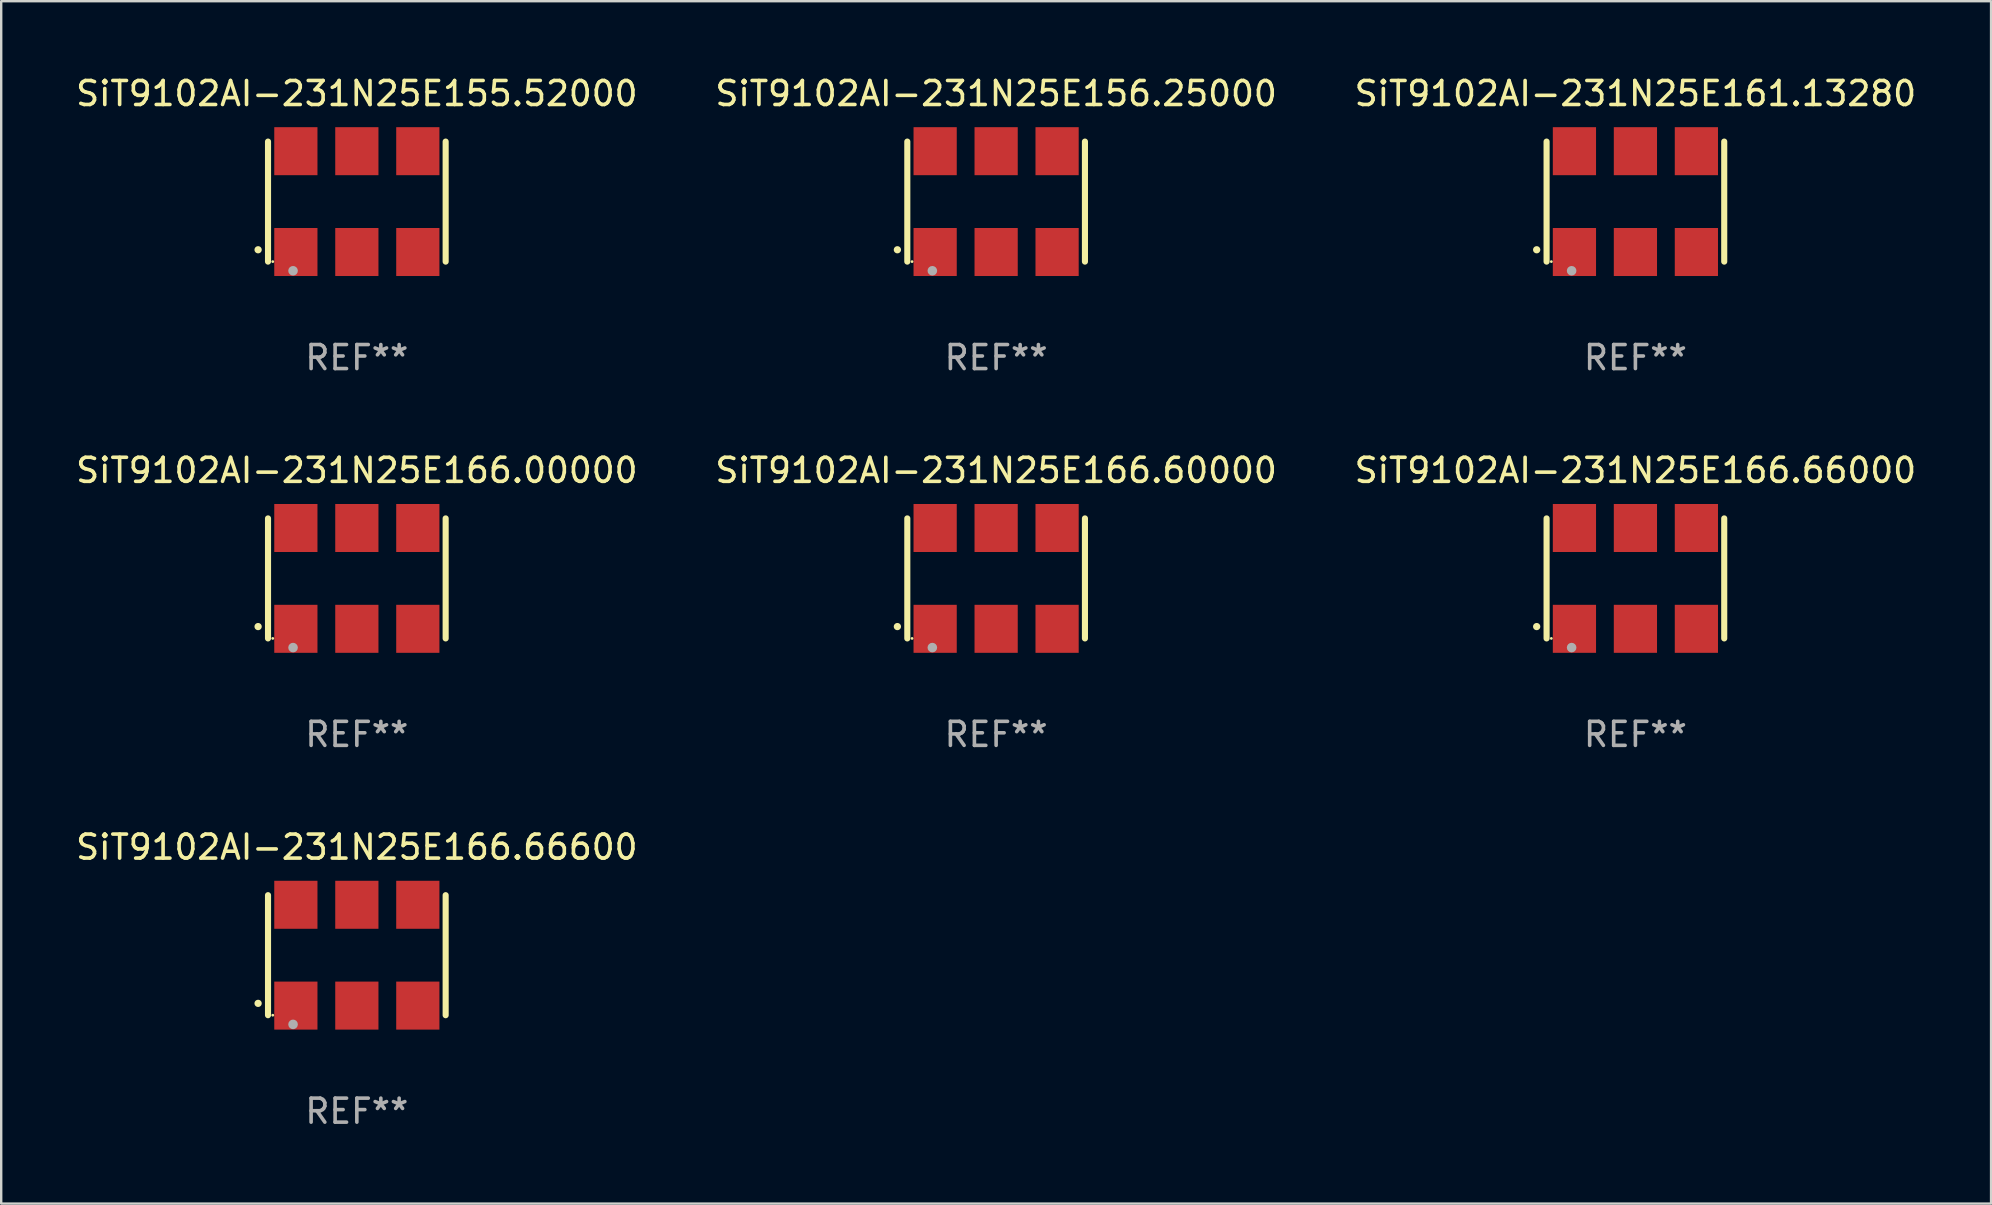
<source format=kicad_pcb>
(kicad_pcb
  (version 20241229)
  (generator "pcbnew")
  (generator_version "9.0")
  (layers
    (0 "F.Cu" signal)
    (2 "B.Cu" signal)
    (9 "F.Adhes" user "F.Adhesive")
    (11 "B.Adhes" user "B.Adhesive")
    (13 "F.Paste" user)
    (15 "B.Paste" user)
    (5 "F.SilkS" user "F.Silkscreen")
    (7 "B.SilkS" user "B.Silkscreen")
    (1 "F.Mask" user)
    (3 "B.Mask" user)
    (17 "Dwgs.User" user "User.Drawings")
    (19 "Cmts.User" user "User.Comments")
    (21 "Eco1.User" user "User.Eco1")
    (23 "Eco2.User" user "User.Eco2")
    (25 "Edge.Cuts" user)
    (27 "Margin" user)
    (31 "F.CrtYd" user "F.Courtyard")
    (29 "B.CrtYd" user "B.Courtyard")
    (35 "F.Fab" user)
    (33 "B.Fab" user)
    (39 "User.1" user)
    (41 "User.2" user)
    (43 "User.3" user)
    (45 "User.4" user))
  (footprint "SiT9102AI-231N25E166.66600"
    (layer "F.Cu")
    (at 11.815 36.741)
    (property "Reference" "SiT9102AI-231N25E166.66600" (at 0 -4.5 0) (layer "F.SilkS") (effects (font (size 1 1) (thickness 0.15))))
    (attr through_hole)
    (fp_line (start -3.7 -2.5) (end -3.7 2.5) (stroke (width 0.254) (type solid)) (layer "F.SilkS"))
    (fp_line (start 3.7 -2.5) (end 3.7 2.5) (stroke (width 0.254) (type solid)) (layer "F.SilkS"))
    (fp_arc (start -4.114415 2.006604) (mid -4.113145 2.006599) (end -4.111875 2.006604) (stroke (width 0.3) (type solid)) (layer "F.SilkS"))
    (fp_circle (center -3.502 2.5) (end -3.472 2.5) (stroke (width 0.06) (type solid)) (fill no) (layer "F.SilkS"))
    (fp_circle (center -2.657 2.882) (end -2.557 2.882) (stroke (width 0.2) (type solid)) (fill no) (layer "F.Fab"))
    (fp_text user "REF**" (at 0 6.5 0) (layer "F.Fab") (effects (font (size 1 1) (thickness 0.15))))
    (pad "1" smd rect (at -2.54 2.1) (size 1.8 2) (layers "F.Cu" "F.Mask" "F.Paste"))
    (pad "2" smd rect (at 0.000394 2.1) (size 1.8 2) (layers "F.Cu" "F.Mask" "F.Paste"))
    (pad "3" smd rect (at 2.54 2.1) (size 1.8 2) (layers "F.Cu" "F.Mask" "F.Paste"))
    (pad "4" smd rect (at 2.54 -2.1) (size 1.8 2) (layers "F.Cu" "F.Mask" "F.Paste"))
    (pad "5" smd rect (at 0.000394 -2.1) (size 1.8 2) (layers "F.Cu" "F.Mask" "F.Paste"))
    (pad "6" smd rect (at -2.54 -2.1) (size 1.8 2) (layers "F.Cu" "F.Mask" "F.Paste")))
  (footprint "SiT9102AI-231N25E166.66000"
    (layer "F.Cu")
    (at 65.077 21.045)
    (property "Reference" "SiT9102AI-231N25E166.66000" (at 0 -4.5 0) (layer "F.SilkS") (effects (font (size 1 1) (thickness 0.15))))
    (attr through_hole)
    (fp_line (start -3.7 -2.5) (end -3.7 2.5) (stroke (width 0.254) (type solid)) (layer "F.SilkS"))
    (fp_line (start 3.7 -2.5) (end 3.7 2.5) (stroke (width 0.254) (type solid)) (layer "F.SilkS"))
    (fp_arc (start -4.114415 2.006604) (mid -4.113145 2.006599) (end -4.111875 2.006604) (stroke (width 0.3) (type solid)) (layer "F.SilkS"))
    (fp_circle (center -3.502 2.5) (end -3.472 2.5) (stroke (width 0.06) (type solid)) (fill no) (layer "F.SilkS"))
    (fp_circle (center -2.657 2.882) (end -2.557 2.882) (stroke (width 0.2) (type solid)) (fill no) (layer "F.Fab"))
    (fp_text user "REF**" (at 0 6.5 0) (layer "F.Fab") (effects (font (size 1 1) (thickness 0.15))))
    (pad "1" smd rect (at -2.54 2.1) (size 1.8 2) (layers "F.Cu" "F.Mask" "F.Paste"))
    (pad "2" smd rect (at 0.000394 2.1) (size 1.8 2) (layers "F.Cu" "F.Mask" "F.Paste"))
    (pad "3" smd rect (at 2.54 2.1) (size 1.8 2) (layers "F.Cu" "F.Mask" "F.Paste"))
    (pad "4" smd rect (at 2.54 -2.1) (size 1.8 2) (layers "F.Cu" "F.Mask" "F.Paste"))
    (pad "5" smd rect (at 0.000394 -2.1) (size 1.8 2) (layers "F.Cu" "F.Mask" "F.Paste"))
    (pad "6" smd rect (at -2.54 -2.1) (size 1.8 2) (layers "F.Cu" "F.Mask" "F.Paste")))
  (footprint "SiT9102AI-231N25E161.13280"
    (layer "F.Cu")
    (at 65.077 5.348)
    (property "Reference" "SiT9102AI-231N25E161.13280" (at 0 -4.5 0) (layer "F.SilkS") (effects (font (size 1 1) (thickness 0.15))))
    (attr through_hole)
    (fp_line (start -3.7 -2.5) (end -3.7 2.5) (stroke (width 0.254) (type solid)) (layer "F.SilkS"))
    (fp_line (start 3.7 -2.5) (end 3.7 2.5) (stroke (width 0.254) (type solid)) (layer "F.SilkS"))
    (fp_arc (start -4.114415 2.006604) (mid -4.113145 2.006599) (end -4.111875 2.006604) (stroke (width 0.3) (type solid)) (layer "F.SilkS"))
    (fp_circle (center -3.502 2.5) (end -3.472 2.5) (stroke (width 0.06) (type solid)) (fill no) (layer "F.SilkS"))
    (fp_circle (center -2.657 2.882) (end -2.557 2.882) (stroke (width 0.2) (type solid)) (fill no) (layer "F.Fab"))
    (fp_text user "REF**" (at 0 6.5 0) (layer "F.Fab") (effects (font (size 1 1) (thickness 0.15))))
    (pad "1" smd rect (at -2.54 2.1) (size 1.8 2) (layers "F.Cu" "F.Mask" "F.Paste"))
    (pad "2" smd rect (at 0.000394 2.1) (size 1.8 2) (layers "F.Cu" "F.Mask" "F.Paste"))
    (pad "3" smd rect (at 2.54 2.1) (size 1.8 2) (layers "F.Cu" "F.Mask" "F.Paste"))
    (pad "4" smd rect (at 2.54 -2.1) (size 1.8 2) (layers "F.Cu" "F.Mask" "F.Paste"))
    (pad "5" smd rect (at 0.000394 -2.1) (size 1.8 2) (layers "F.Cu" "F.Mask" "F.Paste"))
    (pad "6" smd rect (at -2.54 -2.1) (size 1.8 2) (layers "F.Cu" "F.Mask" "F.Paste")))
  (footprint "SiT9102AI-231N25E166.60000"
    (layer "F.Cu")
    (at 38.446 21.045)
    (property "Reference" "SiT9102AI-231N25E166.60000" (at 0 -4.5 0) (layer "F.SilkS") (effects (font (size 1 1) (thickness 0.15))))
    (attr through_hole)
    (fp_line (start -3.7 -2.5) (end -3.7 2.5) (stroke (width 0.254) (type solid)) (layer "F.SilkS"))
    (fp_line (start 3.7 -2.5) (end 3.7 2.5) (stroke (width 0.254) (type solid)) (layer "F.SilkS"))
    (fp_arc (start -4.114415 2.006604) (mid -4.113145 2.006599) (end -4.111875 2.006604) (stroke (width 0.3) (type solid)) (layer "F.SilkS"))
    (fp_circle (center -3.502 2.5) (end -3.472 2.5) (stroke (width 0.06) (type solid)) (fill no) (layer "F.SilkS"))
    (fp_circle (center -2.657 2.882) (end -2.557 2.882) (stroke (width 0.2) (type solid)) (fill no) (layer "F.Fab"))
    (fp_text user "REF**" (at 0 6.5 0) (layer "F.Fab") (effects (font (size 1 1) (thickness 0.15))))
    (pad "1" smd rect (at -2.54 2.1) (size 1.8 2) (layers "F.Cu" "F.Mask" "F.Paste"))
    (pad "2" smd rect (at 0.000394 2.1) (size 1.8 2) (layers "F.Cu" "F.Mask" "F.Paste"))
    (pad "3" smd rect (at 2.54 2.1) (size 1.8 2) (layers "F.Cu" "F.Mask" "F.Paste"))
    (pad "4" smd rect (at 2.54 -2.1) (size 1.8 2) (layers "F.Cu" "F.Mask" "F.Paste"))
    (pad "5" smd rect (at 0.000394 -2.1) (size 1.8 2) (layers "F.Cu" "F.Mask" "F.Paste"))
    (pad "6" smd rect (at -2.54 -2.1) (size 1.8 2) (layers "F.Cu" "F.Mask" "F.Paste")))
  (footprint "SiT9102AI-231N25E166.00000"
    (layer "F.Cu")
    (at 11.815 21.045)
    (property "Reference" "SiT9102AI-231N25E166.00000" (at 0 -4.5 0) (layer "F.SilkS") (effects (font (size 1 1) (thickness 0.15))))
    (attr through_hole)
    (fp_line (start -3.7 -2.5) (end -3.7 2.5) (stroke (width 0.254) (type solid)) (layer "F.SilkS"))
    (fp_line (start 3.7 -2.5) (end 3.7 2.5) (stroke (width 0.254) (type solid)) (layer "F.SilkS"))
    (fp_arc (start -4.114415 2.006604) (mid -4.113145 2.006599) (end -4.111875 2.006604) (stroke (width 0.3) (type solid)) (layer "F.SilkS"))
    (fp_circle (center -3.502 2.5) (end -3.472 2.5) (stroke (width 0.06) (type solid)) (fill no) (layer "F.SilkS"))
    (fp_circle (center -2.657 2.882) (end -2.557 2.882) (stroke (width 0.2) (type solid)) (fill no) (layer "F.Fab"))
    (fp_text user "REF**" (at 0 6.5 0) (layer "F.Fab") (effects (font (size 1 1) (thickness 0.15))))
    (pad "1" smd rect (at -2.54 2.1) (size 1.8 2) (layers "F.Cu" "F.Mask" "F.Paste"))
    (pad "2" smd rect (at 0.000394 2.1) (size 1.8 2) (layers "F.Cu" "F.Mask" "F.Paste"))
    (pad "3" smd rect (at 2.54 2.1) (size 1.8 2) (layers "F.Cu" "F.Mask" "F.Paste"))
    (pad "4" smd rect (at 2.54 -2.1) (size 1.8 2) (layers "F.Cu" "F.Mask" "F.Paste"))
    (pad "5" smd rect (at 0.000394 -2.1) (size 1.8 2) (layers "F.Cu" "F.Mask" "F.Paste"))
    (pad "6" smd rect (at -2.54 -2.1) (size 1.8 2) (layers "F.Cu" "F.Mask" "F.Paste")))
  (footprint "SiT9102AI-231N25E155.52000"
    (layer "F.Cu")
    (at 11.815 5.348)
    (property "Reference" "SiT9102AI-231N25E155.52000" (at 0 -4.5 0) (layer "F.SilkS") (effects (font (size 1 1) (thickness 0.15))))
    (attr through_hole)
    (fp_line (start -3.7 -2.5) (end -3.7 2.5) (stroke (width 0.254) (type solid)) (layer "F.SilkS"))
    (fp_line (start 3.7 -2.5) (end 3.7 2.5) (stroke (width 0.254) (type solid)) (layer "F.SilkS"))
    (fp_arc (start -4.114415 2.006604) (mid -4.113145 2.006599) (end -4.111875 2.006604) (stroke (width 0.3) (type solid)) (layer "F.SilkS"))
    (fp_circle (center -3.502 2.5) (end -3.472 2.5) (stroke (width 0.06) (type solid)) (fill no) (layer "F.SilkS"))
    (fp_circle (center -2.657 2.882) (end -2.557 2.882) (stroke (width 0.2) (type solid)) (fill no) (layer "F.Fab"))
    (fp_text user "REF**" (at 0 6.5 0) (layer "F.Fab") (effects (font (size 1 1) (thickness 0.15))))
    (pad "1" smd rect (at -2.54 2.1) (size 1.8 2) (layers "F.Cu" "F.Mask" "F.Paste"))
    (pad "2" smd rect (at 0.000394 2.1) (size 1.8 2) (layers "F.Cu" "F.Mask" "F.Paste"))
    (pad "3" smd rect (at 2.54 2.1) (size 1.8 2) (layers "F.Cu" "F.Mask" "F.Paste"))
    (pad "4" smd rect (at 2.54 -2.1) (size 1.8 2) (layers "F.Cu" "F.Mask" "F.Paste"))
    (pad "5" smd rect (at 0.000394 -2.1) (size 1.8 2) (layers "F.Cu" "F.Mask" "F.Paste"))
    (pad "6" smd rect (at -2.54 -2.1) (size 1.8 2) (layers "F.Cu" "F.Mask" "F.Paste")))
  (footprint "SiT9102AI-231N25E156.25000"
    (layer "F.Cu")
    (at 38.446 5.348)
    (property "Reference" "SiT9102AI-231N25E156.25000" (at 0 -4.5 0) (layer "F.SilkS") (effects (font (size 1 1) (thickness 0.15))))
    (attr through_hole)
    (fp_line (start -3.7 -2.5) (end -3.7 2.5) (stroke (width 0.254) (type solid)) (layer "F.SilkS"))
    (fp_line (start 3.7 -2.5) (end 3.7 2.5) (stroke (width 0.254) (type solid)) (layer "F.SilkS"))
    (fp_arc (start -4.114415 2.006604) (mid -4.113145 2.006599) (end -4.111875 2.006604) (stroke (width 0.3) (type solid)) (layer "F.SilkS"))
    (fp_circle (center -3.502 2.5) (end -3.472 2.5) (stroke (width 0.06) (type solid)) (fill no) (layer "F.SilkS"))
    (fp_circle (center -2.657 2.882) (end -2.557 2.882) (stroke (width 0.2) (type solid)) (fill no) (layer "F.Fab"))
    (fp_text user "REF**" (at 0 6.5 0) (layer "F.Fab") (effects (font (size 1 1) (thickness 0.15))))
    (pad "1" smd rect (at -2.54 2.1) (size 1.8 2) (layers "F.Cu" "F.Mask" "F.Paste"))
    (pad "2" smd rect (at 0.000394 2.1) (size 1.8 2) (layers "F.Cu" "F.Mask" "F.Paste"))
    (pad "3" smd rect (at 2.54 2.1) (size 1.8 2) (layers "F.Cu" "F.Mask" "F.Paste"))
    (pad "4" smd rect (at 2.54 -2.1) (size 1.8 2) (layers "F.Cu" "F.Mask" "F.Paste"))
    (pad "5" smd rect (at 0.000394 -2.1) (size 1.8 2) (layers "F.Cu" "F.Mask" "F.Paste"))
    (pad "6" smd rect (at -2.54 -2.1) (size 1.8 2) (layers "F.Cu" "F.Mask" "F.Paste")))
  (gr_rect
    (start -3 -3)
    (end 79.893 47.09)
    (stroke (width 0.1) (type default))
    (fill no)
    (layer "Edge.Cuts")))
</source>
